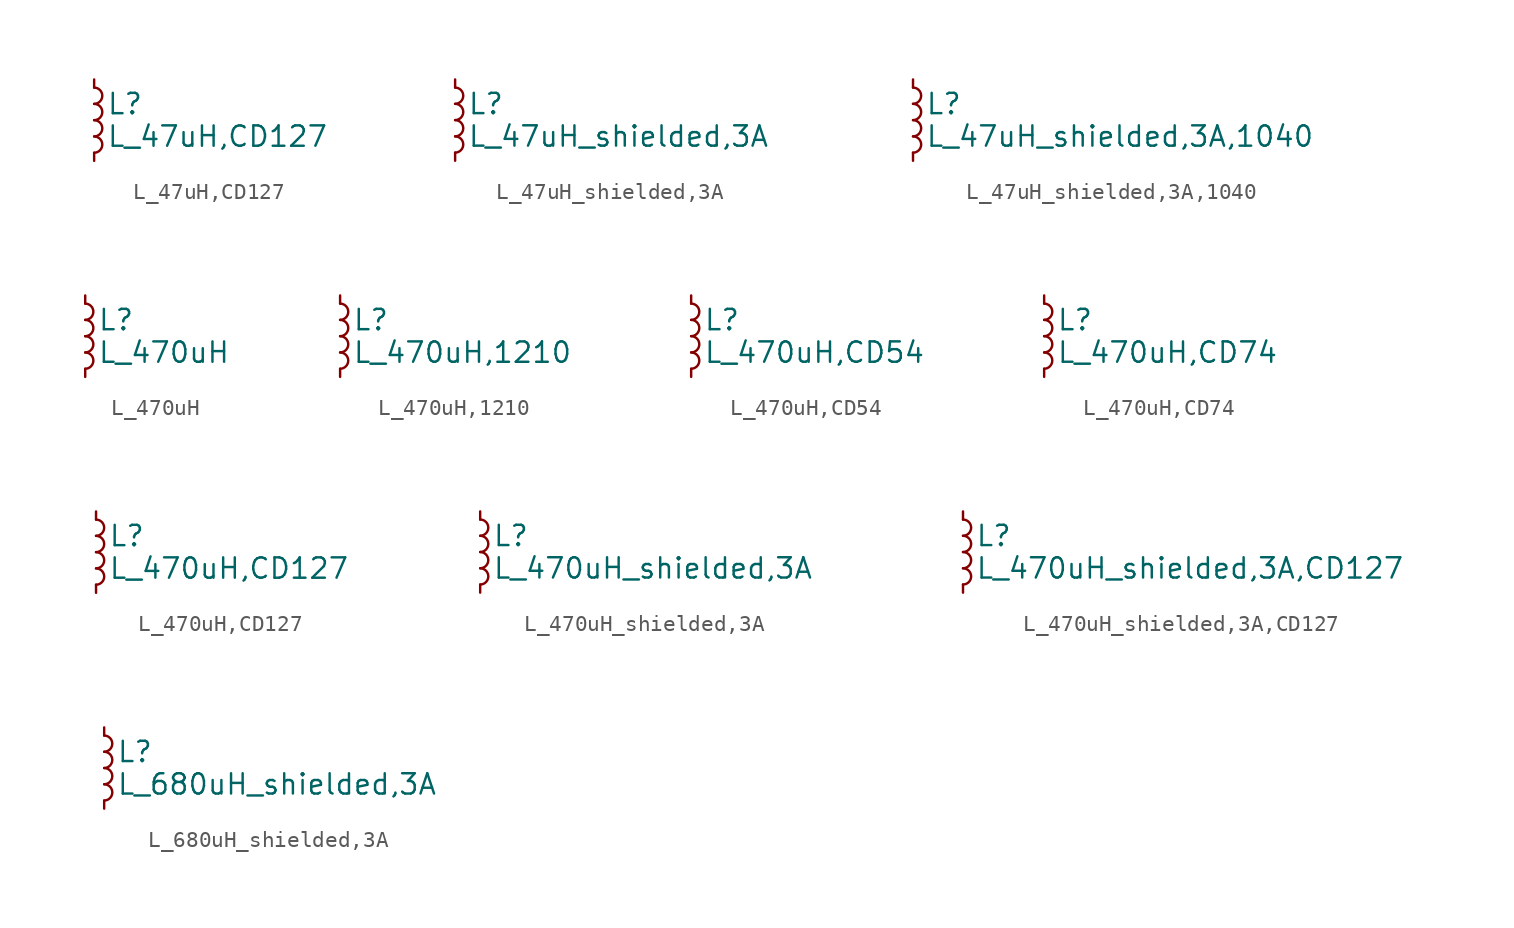
<source format=kicad_sym>
(kicad_symbol_lib
  (version 20211014)
  (generator kicad_symbol_editor)
  (symbol "L_47uH,CD127"
    (pin_numbers hide)
    (pin_names
      (offset 0.254) hide)
    (property "Reference" "L"
      (at 0.762 1.016 0)
      (effects (font (size 1.27 1.27)) (justify left)))
    (property "Value" "L_47uH,CD127"
      (at 0.762 -1.016 0)
      (effects (font (size 1.27 1.27)) (justify left)))
    (symbol "L_47uH,CD127_0_1"
      (arc (start 0 -2.032) (mid 0.508 -1.524) (end 0 -1.016) (stroke (width 0) (type default) (color 0 0 0 0)) (fill (type none)))
      (arc (start 0 -1.016) (mid 0.508 -0.508) (end 0 0) (stroke (width 0) (type default) (color 0 0 0 0)) (fill (type none)))
      (arc (start 0 0) (mid 0.508 0.508) (end 0 1.016) (stroke (width 0) (type default) (color 0 0 0 0)) (fill (type none)))
      (arc (start 0 1.016) (mid 0.508 1.524) (end 0 2.032) (stroke (width 0) (type default) (color 0 0 0 0)) (fill (type none))))
    (symbol "L_47uH,CD127_1_1"
      (pin passive line (at 0 2.54 270) (length 0.508) (name "~" (effects (font (size 1.27 1.27)))) (number "1" (effects (font (size 1.27 1.27)))))
      (pin passive line (at 0 -2.54 90) (length 0.508) (name "~" (effects (font (size 1.27 1.27)))) (number "2" (effects (font (size 1.27 1.27)))))))
  (symbol "L_47uH_shielded,3A"
    (pin_numbers hide)
    (pin_names
      (offset 0.254) hide)
    (property "Reference" "L"
      (at 0.762 1.016 0)
      (effects (font (size 1.27 1.27)) (justify left)))
    (property "Value" "L_47uH_shielded,3A"
      (at 0.762 -1.016 0)
      (effects (font (size 1.27 1.27)) (justify left)))
    (symbol "L_47uH_shielded,3A_0_1"
      (arc (start 0 -2.032) (mid 0.508 -1.524) (end 0 -1.016) (stroke (width 0) (type default) (color 0 0 0 0)) (fill (type none)))
      (arc (start 0 -1.016) (mid 0.508 -0.508) (end 0 0) (stroke (width 0) (type default) (color 0 0 0 0)) (fill (type none)))
      (arc (start 0 0) (mid 0.508 0.508) (end 0 1.016) (stroke (width 0) (type default) (color 0 0 0 0)) (fill (type none)))
      (arc (start 0 1.016) (mid 0.508 1.524) (end 0 2.032) (stroke (width 0) (type default) (color 0 0 0 0)) (fill (type none))))
    (symbol "L_47uH_shielded,3A_1_1"
      (pin passive line (at 0 2.54 270) (length 0.508) (name "~" (effects (font (size 1.27 1.27)))) (number "1" (effects (font (size 1.27 1.27)))))
      (pin passive line (at 0 -2.54 90) (length 0.508) (name "~" (effects (font (size 1.27 1.27)))) (number "2" (effects (font (size 1.27 1.27)))))))
  (symbol "L_47uH_shielded,3A,1040"
    (pin_numbers hide)
    (pin_names
      (offset 0.254) hide)
    (property "Reference" "L"
      (at 0.762 1.016 0)
      (effects (font (size 1.27 1.27)) (justify left)))
    (property "Value" "L_47uH_shielded,3A,1040"
      (at 0.762 -1.016 0)
      (effects (font (size 1.27 1.27)) (justify left)))
    (symbol "L_47uH_shielded,3A,1040_0_1"
      (arc (start 0 -2.032) (mid 0.508 -1.524) (end 0 -1.016) (stroke (width 0) (type default) (color 0 0 0 0)) (fill (type none)))
      (arc (start 0 -1.016) (mid 0.508 -0.508) (end 0 0) (stroke (width 0) (type default) (color 0 0 0 0)) (fill (type none)))
      (arc (start 0 0) (mid 0.508 0.508) (end 0 1.016) (stroke (width 0) (type default) (color 0 0 0 0)) (fill (type none)))
      (arc (start 0 1.016) (mid 0.508 1.524) (end 0 2.032) (stroke (width 0) (type default) (color 0 0 0 0)) (fill (type none))))
    (symbol "L_47uH_shielded,3A,1040_1_1"
      (pin passive line (at 0 2.54 270) (length 0.508) (name "~" (effects (font (size 1.27 1.27)))) (number "1" (effects (font (size 1.27 1.27)))))
      (pin passive line (at 0 -2.54 90) (length 0.508) (name "~" (effects (font (size 1.27 1.27)))) (number "2" (effects (font (size 1.27 1.27)))))))
  (symbol "L_470uH"
    (pin_numbers hide)
    (pin_names
      (offset 0.254) hide)
    (property "Reference" "L"
      (at 0.762 1.016 0)
      (effects (font (size 1.27 1.27)) (justify left)))
    (property "Value" "L_470uH"
      (at 0.762 -1.016 0)
      (effects (font (size 1.27 1.27)) (justify left)))
    (symbol "L_470uH_0_1"
      (arc (start 0 -2.032) (mid 0.508 -1.524) (end 0 -1.016) (stroke (width 0) (type default) (color 0 0 0 0)) (fill (type none)))
      (arc (start 0 -1.016) (mid 0.508 -0.508) (end 0 0) (stroke (width 0) (type default) (color 0 0 0 0)) (fill (type none)))
      (arc (start 0 0) (mid 0.508 0.508) (end 0 1.016) (stroke (width 0) (type default) (color 0 0 0 0)) (fill (type none)))
      (arc (start 0 1.016) (mid 0.508 1.524) (end 0 2.032) (stroke (width 0) (type default) (color 0 0 0 0)) (fill (type none))))
    (symbol "L_470uH_1_1"
      (pin passive line (at 0 2.54 270) (length 0.508) (name "~" (effects (font (size 1.27 1.27)))) (number "1" (effects (font (size 1.27 1.27)))))
      (pin passive line (at 0 -2.54 90) (length 0.508) (name "~" (effects (font (size 1.27 1.27)))) (number "2" (effects (font (size 1.27 1.27)))))))
  (symbol "L_470uH,1210"
    (pin_numbers hide)
    (pin_names
      (offset 0.254) hide)
    (property "Reference" "L"
      (at 0.762 1.016 0)
      (effects (font (size 1.27 1.27)) (justify left)))
    (property "Value" "L_470uH,1210"
      (at 0.762 -1.016 0)
      (effects (font (size 1.27 1.27)) (justify left)))
    (symbol "L_470uH,1210_0_1"
      (arc (start 0 -2.032) (mid 0.508 -1.524) (end 0 -1.016) (stroke (width 0) (type default) (color 0 0 0 0)) (fill (type none)))
      (arc (start 0 -1.016) (mid 0.508 -0.508) (end 0 0) (stroke (width 0) (type default) (color 0 0 0 0)) (fill (type none)))
      (arc (start 0 0) (mid 0.508 0.508) (end 0 1.016) (stroke (width 0) (type default) (color 0 0 0 0)) (fill (type none)))
      (arc (start 0 1.016) (mid 0.508 1.524) (end 0 2.032) (stroke (width 0) (type default) (color 0 0 0 0)) (fill (type none))))
    (symbol "L_470uH,1210_1_1"
      (pin passive line (at 0 2.54 270) (length 0.508) (name "~" (effects (font (size 1.27 1.27)))) (number "1" (effects (font (size 1.27 1.27)))))
      (pin passive line (at 0 -2.54 90) (length 0.508) (name "~" (effects (font (size 1.27 1.27)))) (number "2" (effects (font (size 1.27 1.27)))))))
  (symbol "L_470uH,CD54"
    (pin_numbers hide)
    (pin_names
      (offset 0.254) hide)
    (property "Reference" "L"
      (at 0.762 1.016 0)
      (effects (font (size 1.27 1.27)) (justify left)))
    (property "Value" "L_470uH,CD54"
      (at 0.762 -1.016 0)
      (effects (font (size 1.27 1.27)) (justify left)))
    (symbol "L_470uH,CD54_0_1"
      (arc (start 0 -2.032) (mid 0.508 -1.524) (end 0 -1.016) (stroke (width 0) (type default) (color 0 0 0 0)) (fill (type none)))
      (arc (start 0 -1.016) (mid 0.508 -0.508) (end 0 0) (stroke (width 0) (type default) (color 0 0 0 0)) (fill (type none)))
      (arc (start 0 0) (mid 0.508 0.508) (end 0 1.016) (stroke (width 0) (type default) (color 0 0 0 0)) (fill (type none)))
      (arc (start 0 1.016) (mid 0.508 1.524) (end 0 2.032) (stroke (width 0) (type default) (color 0 0 0 0)) (fill (type none))))
    (symbol "L_470uH,CD54_1_1"
      (pin passive line (at 0 2.54 270) (length 0.508) (name "~" (effects (font (size 1.27 1.27)))) (number "1" (effects (font (size 1.27 1.27)))))
      (pin passive line (at 0 -2.54 90) (length 0.508) (name "~" (effects (font (size 1.27 1.27)))) (number "2" (effects (font (size 1.27 1.27)))))))
  (symbol "L_470uH,CD74"
    (pin_numbers hide)
    (pin_names
      (offset 0.254) hide)
    (property "Reference" "L"
      (at 0.762 1.016 0)
      (effects (font (size 1.27 1.27)) (justify left)))
    (property "Value" "L_470uH,CD74"
      (at 0.762 -1.016 0)
      (effects (font (size 1.27 1.27)) (justify left)))
    (symbol "L_470uH,CD74_0_1"
      (arc (start 0 -2.032) (mid 0.508 -1.524) (end 0 -1.016) (stroke (width 0) (type default) (color 0 0 0 0)) (fill (type none)))
      (arc (start 0 -1.016) (mid 0.508 -0.508) (end 0 0) (stroke (width 0) (type default) (color 0 0 0 0)) (fill (type none)))
      (arc (start 0 0) (mid 0.508 0.508) (end 0 1.016) (stroke (width 0) (type default) (color 0 0 0 0)) (fill (type none)))
      (arc (start 0 1.016) (mid 0.508 1.524) (end 0 2.032) (stroke (width 0) (type default) (color 0 0 0 0)) (fill (type none))))
    (symbol "L_470uH,CD74_1_1"
      (pin passive line (at 0 2.54 270) (length 0.508) (name "~" (effects (font (size 1.27 1.27)))) (number "1" (effects (font (size 1.27 1.27)))))
      (pin passive line (at 0 -2.54 90) (length 0.508) (name "~" (effects (font (size 1.27 1.27)))) (number "2" (effects (font (size 1.27 1.27)))))))
  (symbol "L_470uH,CD127"
    (pin_numbers hide)
    (pin_names
      (offset 0.254) hide)
    (property "Reference" "L"
      (at 0.762 1.016 0)
      (effects (font (size 1.27 1.27)) (justify left)))
    (property "Value" "L_470uH,CD127"
      (at 0.762 -1.016 0)
      (effects (font (size 1.27 1.27)) (justify left)))
    (symbol "L_470uH,CD127_0_1"
      (arc (start 0 -2.032) (mid 0.508 -1.524) (end 0 -1.016) (stroke (width 0) (type default) (color 0 0 0 0)) (fill (type none)))
      (arc (start 0 -1.016) (mid 0.508 -0.508) (end 0 0) (stroke (width 0) (type default) (color 0 0 0 0)) (fill (type none)))
      (arc (start 0 0) (mid 0.508 0.508) (end 0 1.016) (stroke (width 0) (type default) (color 0 0 0 0)) (fill (type none)))
      (arc (start 0 1.016) (mid 0.508 1.524) (end 0 2.032) (stroke (width 0) (type default) (color 0 0 0 0)) (fill (type none))))
    (symbol "L_470uH,CD127_1_1"
      (pin passive line (at 0 2.54 270) (length 0.508) (name "~" (effects (font (size 1.27 1.27)))) (number "1" (effects (font (size 1.27 1.27)))))
      (pin passive line (at 0 -2.54 90) (length 0.508) (name "~" (effects (font (size 1.27 1.27)))) (number "2" (effects (font (size 1.27 1.27)))))))
  (symbol "L_470uH_shielded,3A"
    (pin_numbers hide)
    (pin_names
      (offset 0.254) hide)
    (property "Reference" "L"
      (at 0.762 1.016 0)
      (effects (font (size 1.27 1.27)) (justify left)))
    (property "Value" "L_470uH_shielded,3A"
      (at 0.762 -1.016 0)
      (effects (font (size 1.27 1.27)) (justify left)))
    (symbol "L_470uH_shielded,3A_0_1"
      (arc (start 0 -2.032) (mid 0.508 -1.524) (end 0 -1.016) (stroke (width 0) (type default) (color 0 0 0 0)) (fill (type none)))
      (arc (start 0 -1.016) (mid 0.508 -0.508) (end 0 0) (stroke (width 0) (type default) (color 0 0 0 0)) (fill (type none)))
      (arc (start 0 0) (mid 0.508 0.508) (end 0 1.016) (stroke (width 0) (type default) (color 0 0 0 0)) (fill (type none)))
      (arc (start 0 1.016) (mid 0.508 1.524) (end 0 2.032) (stroke (width 0) (type default) (color 0 0 0 0)) (fill (type none))))
    (symbol "L_470uH_shielded,3A_1_1"
      (pin passive line (at 0 2.54 270) (length 0.508) (name "~" (effects (font (size 1.27 1.27)))) (number "1" (effects (font (size 1.27 1.27)))))
      (pin passive line (at 0 -2.54 90) (length 0.508) (name "~" (effects (font (size 1.27 1.27)))) (number "2" (effects (font (size 1.27 1.27)))))))
  (symbol "L_470uH_shielded,3A,CD127"
    (pin_numbers hide)
    (pin_names
      (offset 0.254) hide)
    (property "Reference" "L"
      (at 0.762 1.016 0)
      (effects (font (size 1.27 1.27)) (justify left)))
    (property "Value" "L_470uH_shielded,3A,CD127"
      (at 0.762 -1.016 0)
      (effects (font (size 1.27 1.27)) (justify left)))
    (symbol "L_470uH_shielded,3A,CD127_0_1"
      (arc (start 0 -2.032) (mid 0.508 -1.524) (end 0 -1.016) (stroke (width 0) (type default) (color 0 0 0 0)) (fill (type none)))
      (arc (start 0 -1.016) (mid 0.508 -0.508) (end 0 0) (stroke (width 0) (type default) (color 0 0 0 0)) (fill (type none)))
      (arc (start 0 0) (mid 0.508 0.508) (end 0 1.016) (stroke (width 0) (type default) (color 0 0 0 0)) (fill (type none)))
      (arc (start 0 1.016) (mid 0.508 1.524) (end 0 2.032) (stroke (width 0) (type default) (color 0 0 0 0)) (fill (type none))))
    (symbol "L_470uH_shielded,3A,CD127_1_1"
      (pin passive line (at 0 2.54 270) (length 0.508) (name "~" (effects (font (size 1.27 1.27)))) (number "1" (effects (font (size 1.27 1.27)))))
      (pin passive line (at 0 -2.54 90) (length 0.508) (name "~" (effects (font (size 1.27 1.27)))) (number "2" (effects (font (size 1.27 1.27)))))))
  (symbol "L_680uH_shielded,3A"
    (pin_numbers hide)
    (pin_names
      (offset 0.254) hide)
    (property "Reference" "L"
      (at 0.762 1.016 0)
      (effects (font (size 1.27 1.27)) (justify left)))
    (property "Value" "L_680uH_shielded,3A"
      (at 0.762 -1.016 0)
      (effects (font (size 1.27 1.27)) (justify left)))
    (symbol "L_680uH_shielded,3A_0_1"
      (arc (start 0 -2.032) (mid 0.508 -1.524) (end 0 -1.016) (stroke (width 0) (type default) (color 0 0 0 0)) (fill (type none)))
      (arc (start 0 -1.016) (mid 0.508 -0.508) (end 0 0) (stroke (width 0) (type default) (color 0 0 0 0)) (fill (type none)))
      (arc (start 0 0) (mid 0.508 0.508) (end 0 1.016) (stroke (width 0) (type default) (color 0 0 0 0)) (fill (type none)))
      (arc (start 0 1.016) (mid 0.508 1.524) (end 0 2.032) (stroke (width 0) (type default) (color 0 0 0 0)) (fill (type none))))
    (symbol "L_680uH_shielded,3A_1_1"
      (pin passive line (at 0 2.54 270) (length 0.508) (name "~" (effects (font (size 1.27 1.27)))) (number "1" (effects (font (size 1.27 1.27)))))
      (pin passive line (at 0 -2.54 90) (length 0.508) (name "~" (effects (font (size 1.27 1.27)))) (number "2" (effects (font (size 1.27 1.27))))))))
</source>
